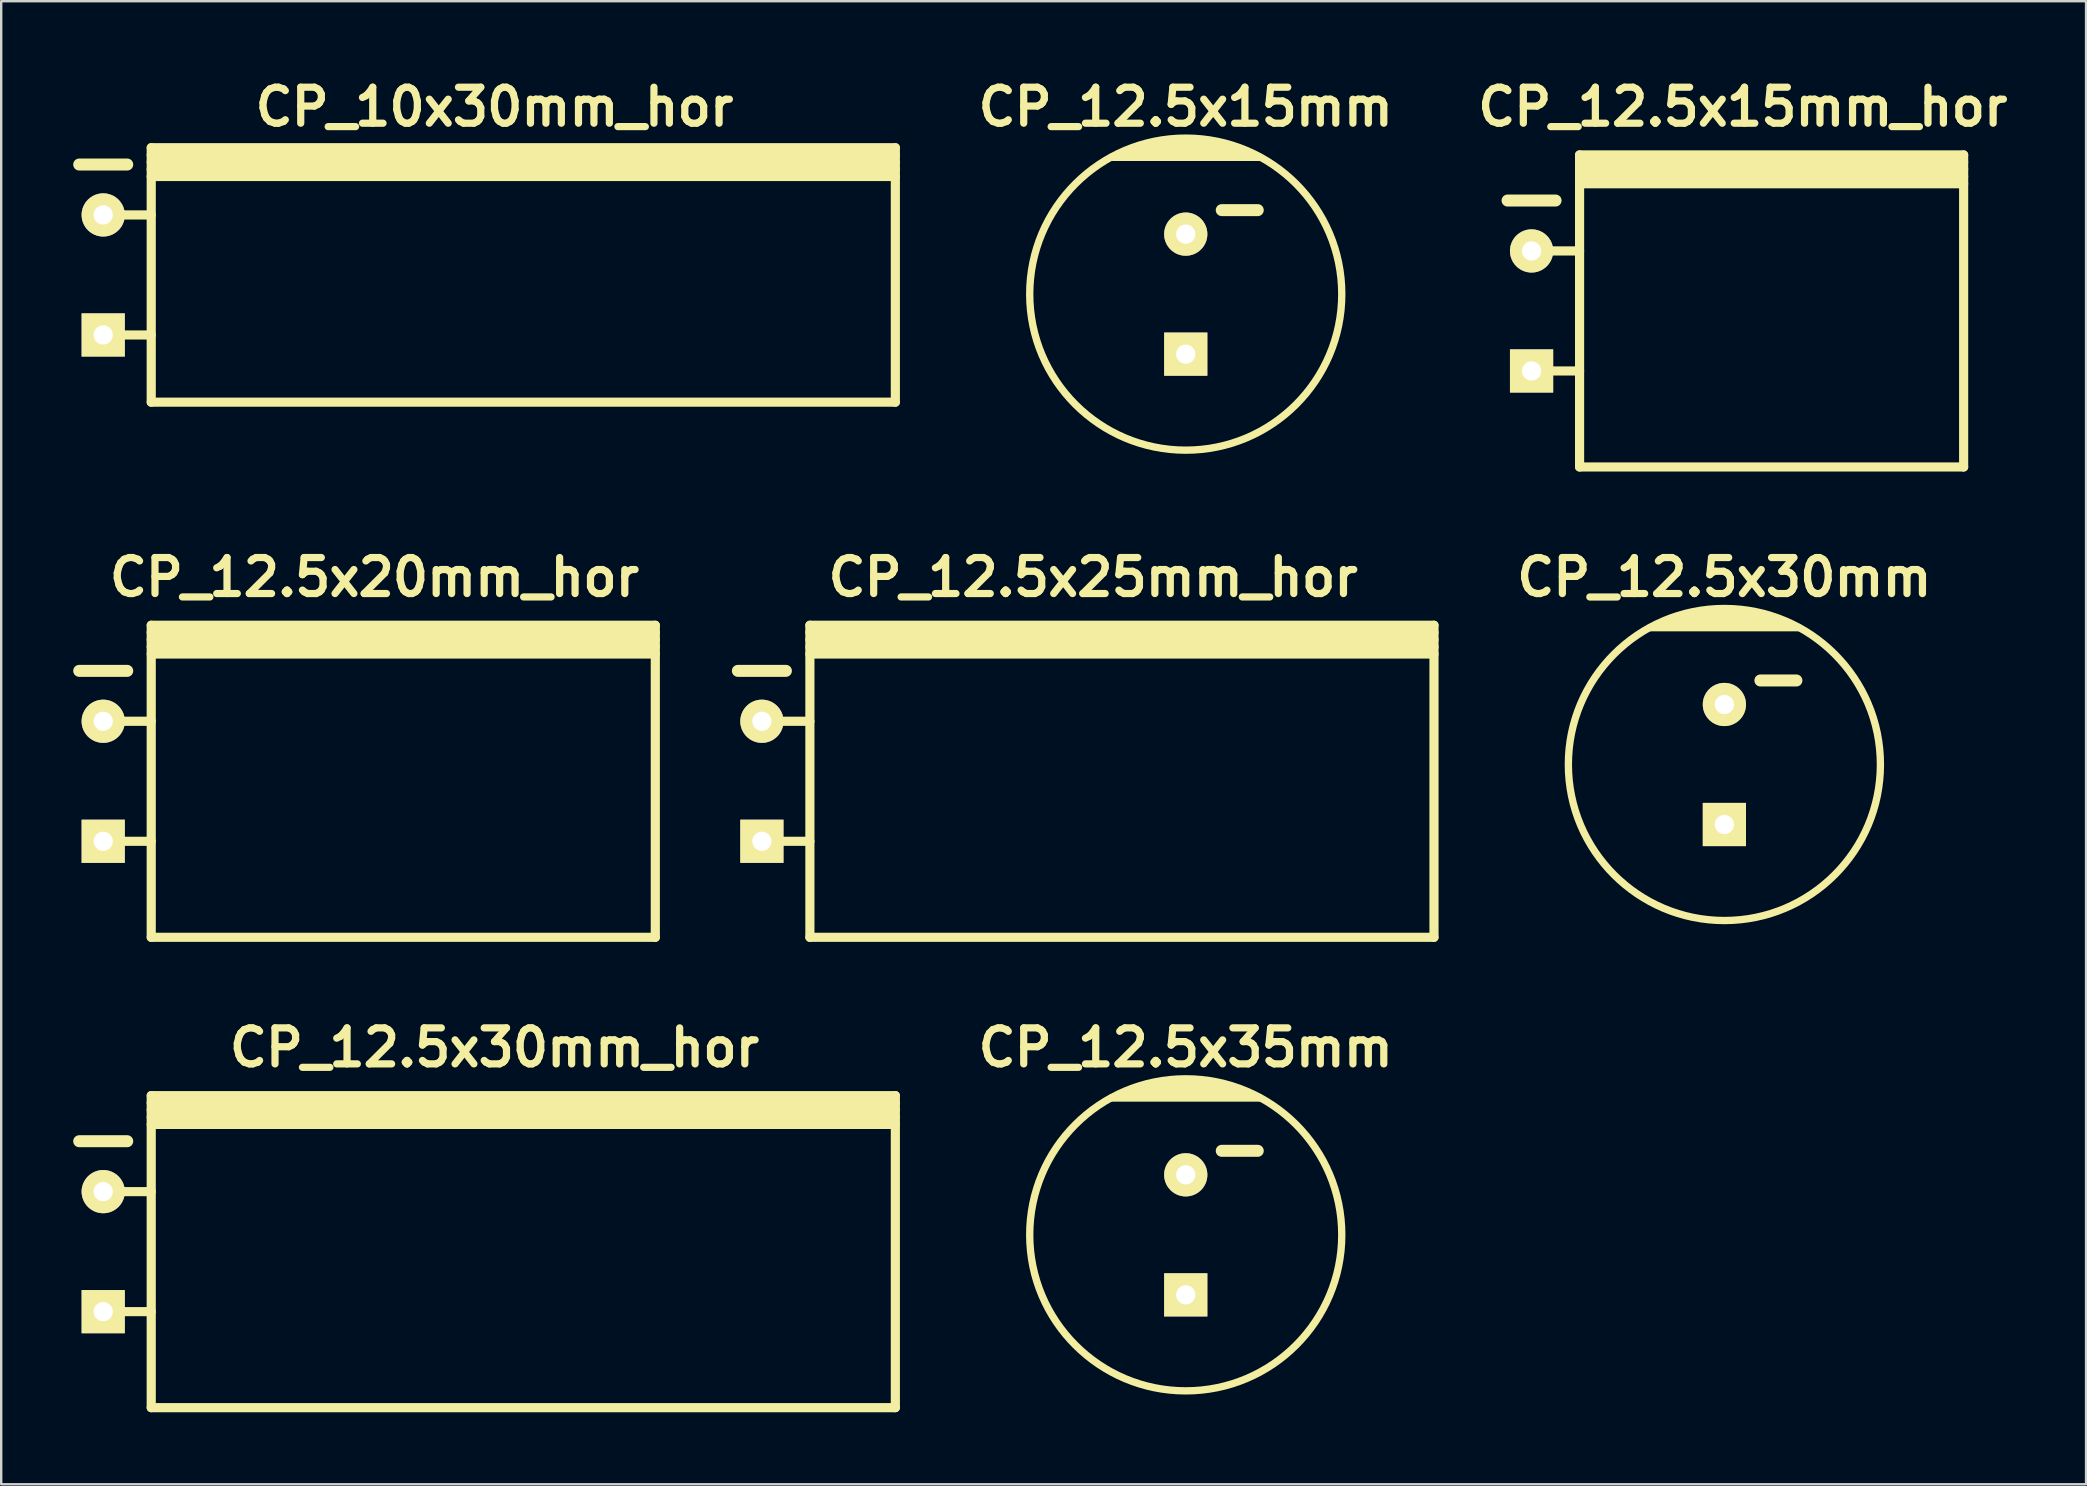
<source format=kicad_pcb>
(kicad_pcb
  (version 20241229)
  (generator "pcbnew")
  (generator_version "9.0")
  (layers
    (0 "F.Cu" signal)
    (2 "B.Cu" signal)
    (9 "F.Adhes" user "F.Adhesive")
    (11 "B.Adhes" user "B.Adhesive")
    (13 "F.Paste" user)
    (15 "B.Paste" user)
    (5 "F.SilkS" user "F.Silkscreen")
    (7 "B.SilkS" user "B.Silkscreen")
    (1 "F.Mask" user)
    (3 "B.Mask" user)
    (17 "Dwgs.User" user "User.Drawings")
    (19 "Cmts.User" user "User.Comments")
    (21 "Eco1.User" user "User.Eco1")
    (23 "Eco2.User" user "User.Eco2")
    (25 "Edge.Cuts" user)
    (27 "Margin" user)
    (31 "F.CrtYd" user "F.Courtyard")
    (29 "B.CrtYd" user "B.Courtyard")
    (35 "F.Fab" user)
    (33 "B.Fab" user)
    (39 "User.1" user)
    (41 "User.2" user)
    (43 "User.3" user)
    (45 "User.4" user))
  (footprint "CP_12.5x25mm_hor"
    (layer "F.Cu")
    (at 42.49 29.498)
    (property "Reference" "CP_12.5x25mm_hor" (at 0 -8.5 0) (layer "F.SilkS") (effects (font (size 1.5 1.5) (thickness 0.3))))
    (attr through_hole)
    (fp_line (start -14.8 -4.6) (end -12.8 -4.6) (stroke (width 0.5) (type solid)) (layer "F.SilkS"))
    (fp_line (start -13.8 -2.5) (end -11.8 -2.5) (stroke (width 0.381) (type solid)) (layer "F.SilkS"))
    (fp_line (start -13.8 2.5) (end -11.8 2.5) (stroke (width 0.381) (type solid)) (layer "F.SilkS"))
    (fp_line (start -11.8 -6.2) (end 14.2 -6.2) (stroke (width 0.381) (type solid)) (layer "F.SilkS"))
    (fp_line (start -11.8 -5.9) (end 14.2 -5.9) (stroke (width 0.381) (type solid)) (layer "F.SilkS"))
    (fp_line (start -11.8 -5.6) (end 14.2 -5.6) (stroke (width 0.381) (type solid)) (layer "F.SilkS"))
    (fp_line (start -11.8 -5.3) (end 14.2 -5.3) (stroke (width 0.381) (type solid)) (layer "F.SilkS"))
    (fp_line (start -11.8 6.5) (end -11.8 -6.5) (stroke (width 0.381) (type solid)) (layer "F.SilkS"))
    (fp_line (start 14.2 -6.5) (end -11.8 -6.5) (stroke (width 0.381) (type solid)) (layer "F.SilkS"))
    (fp_line (start 14.2 -6.5) (end 14.2 6.5) (stroke (width 0.381) (type solid)) (layer "F.SilkS"))
    (fp_line (start 14.2 6.5) (end -11.8 6.5) (stroke (width 0.381) (type solid)) (layer "F.SilkS"))
    (pad "1" thru_hole rect (at -13.8 2.5) (size 1.8 1.8) (drill 0.8) (layers "*.Cu" "*.Mask" "F.SilkS"))
    (pad "2" thru_hole circle (at -13.8 -2.5) (size 1.8 1.8) (drill 0.8) (layers "*.Cu" "*.Mask" "F.SilkS")))
  (footprint "CP_12.5x30mm_hor"
    (layer "F.Cu")
    (at 17.55 49.093)
    (property "Reference" "CP_12.5x30mm_hor" (at 0 -8.5 0) (layer "F.SilkS") (effects (font (size 1.5 1.5) (thickness 0.3))))
    (attr through_hole)
    (fp_line (start -17.3 -4.6) (end -15.3 -4.6) (stroke (width 0.5) (type solid)) (layer "F.SilkS"))
    (fp_line (start -16.3 -2.5) (end -14.3 -2.5) (stroke (width 0.381) (type solid)) (layer "F.SilkS"))
    (fp_line (start -16.3 2.5) (end -14.3 2.5) (stroke (width 0.381) (type solid)) (layer "F.SilkS"))
    (fp_line (start -14.3 -6.2) (end 16.7 -6.2) (stroke (width 0.381) (type solid)) (layer "F.SilkS"))
    (fp_line (start -14.3 -5.9) (end 16.7 -5.9) (stroke (width 0.381) (type solid)) (layer "F.SilkS"))
    (fp_line (start -14.3 -5.6) (end 16.7 -5.6) (stroke (width 0.381) (type solid)) (layer "F.SilkS"))
    (fp_line (start -14.3 -5.3) (end 16.7 -5.3) (stroke (width 0.381) (type solid)) (layer "F.SilkS"))
    (fp_line (start -14.3 6.5) (end -14.3 -6.5) (stroke (width 0.381) (type solid)) (layer "F.SilkS"))
    (fp_line (start 16.7 -6.5) (end -14.3 -6.5) (stroke (width 0.381) (type solid)) (layer "F.SilkS"))
    (fp_line (start 16.7 -6.5) (end 16.7 6.5) (stroke (width 0.381) (type solid)) (layer "F.SilkS"))
    (fp_line (start 16.7 6.5) (end -14.3 6.5) (stroke (width 0.381) (type solid)) (layer "F.SilkS"))
    (pad "1" thru_hole rect (at -16.3 2.5) (size 1.8 1.8) (drill 0.8) (layers "*.Cu" "*.Mask" "F.SilkS"))
    (pad "2" thru_hole circle (at -16.3 -2.5) (size 1.8 1.8) (drill 0.8) (layers "*.Cu" "*.Mask" "F.SilkS")))
  (footprint "CP_12.5x20mm_hor"
    (layer "F.Cu")
    (at 12.55 29.498)
    (property "Reference" "CP_12.5x20mm_hor" (at 0 -8.5 0) (layer "F.SilkS") (effects (font (size 1.5 1.5) (thickness 0.3))))
    (attr through_hole)
    (fp_line (start -12.3 -4.6) (end -10.3 -4.6) (stroke (width 0.5) (type solid)) (layer "F.SilkS"))
    (fp_line (start -11.3 -2.5) (end -9.3 -2.5) (stroke (width 0.381) (type solid)) (layer "F.SilkS"))
    (fp_line (start -11.3 2.5) (end -9.3 2.5) (stroke (width 0.381) (type solid)) (layer "F.SilkS"))
    (fp_line (start -9.3 -6.2) (end 11.7 -6.2) (stroke (width 0.381) (type solid)) (layer "F.SilkS"))
    (fp_line (start -9.3 -5.9) (end 11.7 -5.9) (stroke (width 0.381) (type solid)) (layer "F.SilkS"))
    (fp_line (start -9.3 -5.6) (end 11.7 -5.6) (stroke (width 0.381) (type solid)) (layer "F.SilkS"))
    (fp_line (start -9.3 -5.3) (end 11.7 -5.3) (stroke (width 0.381) (type solid)) (layer "F.SilkS"))
    (fp_line (start -9.3 6.5) (end -9.3 -6.5) (stroke (width 0.381) (type solid)) (layer "F.SilkS"))
    (fp_line (start 11.7 -6.5) (end -9.3 -6.5) (stroke (width 0.381) (type solid)) (layer "F.SilkS"))
    (fp_line (start 11.7 -6.5) (end 11.7 6.5) (stroke (width 0.381) (type solid)) (layer "F.SilkS"))
    (fp_line (start 11.7 6.5) (end -9.3 6.5) (stroke (width 0.381) (type solid)) (layer "F.SilkS"))
    (pad "1" thru_hole rect (at -11.3 2.5) (size 1.8 1.8) (drill 0.8) (layers "*.Cu" "*.Mask" "F.SilkS"))
    (pad "2" thru_hole circle (at -11.3 -2.5) (size 1.8 1.8) (drill 0.8) (layers "*.Cu" "*.Mask" "F.SilkS")))
  (footprint "CP_12.5x35mm"
    (layer "F.Cu")
    (at 46.348 48.393)
    (property "Reference" "CP_12.5x35mm" (at 0 -7.8 0) (layer "F.SilkS") (effects (font (size 1.5 1.5) (thickness 0.3))))
    (attr through_hole)
    (fp_line (start -3.1 -5.7) (end 3.1 -5.7) (stroke (width 0.305) (type solid)) (layer "F.SilkS"))
    (fp_line (start -1.4 -6.3) (end 1.4 -6.3) (stroke (width 0.305) (type solid)) (layer "F.SilkS"))
    (fp_line (start 1.5 -3.5) (end 3 -3.5) (stroke (width 0.5) (type solid)) (layer "F.SilkS"))
    (fp_line (start 2 -6.1) (end -2 -6.1) (stroke (width 0.305) (type solid)) (layer "F.SilkS"))
    (fp_line (start 2.4 -5.9) (end -2.4 -5.9) (stroke (width 0.305) (type solid)) (layer "F.SilkS"))
    (fp_circle (center 0 0) (end -6.5 0) (stroke (width 0.305) (type solid)) (fill no) (layer "F.SilkS"))
    (pad "1" thru_hole rect (at 0 2.5) (size 1.8 1.8) (drill 0.8) (layers "*.Cu" "*.Mask" "F.SilkS"))
    (pad "2" thru_hole circle (at 0 -2.5) (size 1.8 1.8) (drill 0.8) (layers "*.Cu" "*.Mask" "F.SilkS")))
  (footprint "CP_12.5x15mm"
    (layer "F.Cu")
    (at 46.348 9.204)
    (property "Reference" "CP_12.5x15mm" (at 0 -7.8 0) (layer "F.SilkS") (effects (font (size 1.5 1.5) (thickness 0.3))))
    (attr through_hole)
    (fp_line (start -3.1 -5.7) (end 3.1 -5.7) (stroke (width 0.305) (type solid)) (layer "F.SilkS"))
    (fp_line (start -1.4 -6.3) (end 1.4 -6.3) (stroke (width 0.305) (type solid)) (layer "F.SilkS"))
    (fp_line (start 1.5 -3.5) (end 3 -3.5) (stroke (width 0.5) (type solid)) (layer "F.SilkS"))
    (fp_line (start 2 -6.1) (end -2 -6.1) (stroke (width 0.305) (type solid)) (layer "F.SilkS"))
    (fp_line (start 2.4 -5.9) (end -2.4 -5.9) (stroke (width 0.305) (type solid)) (layer "F.SilkS"))
    (fp_circle (center 0 0) (end -6.5 0) (stroke (width 0.305) (type solid)) (fill no) (layer "F.SilkS"))
    (pad "1" thru_hole rect (at 0 2.5) (size 1.8 1.8) (drill 0.8) (layers "*.Cu" "*.Mask" "F.SilkS"))
    (pad "2" thru_hole circle (at 0 -2.5) (size 1.8 1.8) (drill 0.8) (layers "*.Cu" "*.Mask" "F.SilkS")))
  (footprint "CP_12.5x15mm_hor"
    (layer "F.Cu")
    (at 69.555 9.904)
    (property "Reference" "CP_12.5x15mm_hor" (at 0 -8.5 0) (layer "F.SilkS") (effects (font (size 1.5 1.5) (thickness 0.3))))
    (attr through_hole)
    (fp_line (start -9.8 -4.6) (end -7.8 -4.6) (stroke (width 0.5) (type solid)) (layer "F.SilkS"))
    (fp_line (start -8.8 -2.5) (end -6.8 -2.5) (stroke (width 0.381) (type solid)) (layer "F.SilkS"))
    (fp_line (start -8.8 2.5) (end -6.8 2.5) (stroke (width 0.381) (type solid)) (layer "F.SilkS"))
    (fp_line (start -6.8 -6.2) (end 9.2 -6.2) (stroke (width 0.381) (type solid)) (layer "F.SilkS"))
    (fp_line (start -6.8 -5.9) (end 9.2 -5.9) (stroke (width 0.381) (type solid)) (layer "F.SilkS"))
    (fp_line (start -6.8 -5.6) (end 9.2 -5.6) (stroke (width 0.381) (type solid)) (layer "F.SilkS"))
    (fp_line (start -6.8 -5.3) (end 9.2 -5.3) (stroke (width 0.381) (type solid)) (layer "F.SilkS"))
    (fp_line (start -6.8 6.5) (end -6.8 -6.5) (stroke (width 0.381) (type solid)) (layer "F.SilkS"))
    (fp_line (start 9.2 -6.5) (end -6.8 -6.5) (stroke (width 0.381) (type solid)) (layer "F.SilkS"))
    (fp_line (start 9.2 -6.5) (end 9.2 6.5) (stroke (width 0.381) (type solid)) (layer "F.SilkS"))
    (fp_line (start 9.2 6.5) (end -6.8 6.5) (stroke (width 0.381) (type solid)) (layer "F.SilkS"))
    (pad "1" thru_hole rect (at -8.8 2.5) (size 1.8 1.8) (drill 0.8) (layers "*.Cu" "*.Mask" "F.SilkS"))
    (pad "2" thru_hole circle (at -8.8 -2.5) (size 1.8 1.8) (drill 0.8) (layers "*.Cu" "*.Mask" "F.SilkS")))
  (footprint "CP_10x30mm_hor"
    (layer "F.Cu")
    (at 17.55 8.404)
    (property "Reference" "CP_10x30mm_hor" (at 0 -7 0) (layer "F.SilkS") (effects (font (size 1.5 1.5) (thickness 0.3))))
    (attr through_hole)
    (fp_line (start -17.3 -4.6) (end -15.3 -4.6) (stroke (width 0.5) (type solid)) (layer "F.SilkS"))
    (fp_line (start -16.3 -2.5) (end -14.3 -2.5) (stroke (width 0.381) (type solid)) (layer "F.SilkS"))
    (fp_line (start -16.3 2.5) (end -14.3 2.5) (stroke (width 0.381) (type solid)) (layer "F.SilkS"))
    (fp_line (start -14.3 -5) (end 16.7 -5) (stroke (width 0.381) (type solid)) (layer "F.SilkS"))
    (fp_line (start -14.3 -4.7) (end 16.7 -4.7) (stroke (width 0.381) (type solid)) (layer "F.SilkS"))
    (fp_line (start -14.3 -4.4) (end 16.7 -4.4) (stroke (width 0.381) (type solid)) (layer "F.SilkS"))
    (fp_line (start -14.3 -4.1) (end 16.7 -4.1) (stroke (width 0.381) (type solid)) (layer "F.SilkS"))
    (fp_line (start -14.3 5.3) (end -14.3 -5.3) (stroke (width 0.381) (type solid)) (layer "F.SilkS"))
    (fp_line (start 16.7 -5.3) (end -14.3 -5.3) (stroke (width 0.381) (type solid)) (layer "F.SilkS"))
    (fp_line (start 16.7 -5.3) (end 16.7 5.3) (stroke (width 0.381) (type solid)) (layer "F.SilkS"))
    (fp_line (start 16.7 5.3) (end -14.3 5.3) (stroke (width 0.381) (type solid)) (layer "F.SilkS"))
    (pad "1" thru_hole rect (at -16.3 2.5) (size 1.8 1.8) (drill 0.8) (layers "*.Cu" "*.Mask" "F.SilkS"))
    (pad "2" thru_hole circle (at -16.3 -2.5) (size 1.8 1.8) (drill 0.8) (layers "*.Cu" "*.Mask" "F.SilkS")))
  (footprint "CP_12.5x30mm"
    (layer "F.Cu")
    (at 68.788 28.799)
    (property "Reference" "CP_12.5x30mm" (at 0 -7.8 0) (layer "F.SilkS") (effects (font (size 1.5 1.5) (thickness 0.3))))
    (attr through_hole)
    (fp_line (start -3.1 -5.7) (end 3.1 -5.7) (stroke (width 0.305) (type solid)) (layer "F.SilkS"))
    (fp_line (start -1.4 -6.3) (end 1.4 -6.3) (stroke (width 0.305) (type solid)) (layer "F.SilkS"))
    (fp_line (start 1.5 -3.5) (end 3 -3.5) (stroke (width 0.5) (type solid)) (layer "F.SilkS"))
    (fp_line (start 2 -6.1) (end -2 -6.1) (stroke (width 0.305) (type solid)) (layer "F.SilkS"))
    (fp_line (start 2.4 -5.9) (end -2.4 -5.9) (stroke (width 0.305) (type solid)) (layer "F.SilkS"))
    (fp_circle (center 0 0) (end -6.5 0) (stroke (width 0.305) (type solid)) (fill no) (layer "F.SilkS"))
    (pad "1" thru_hole rect (at 0 2.5) (size 1.8 1.8) (drill 0.8) (layers "*.Cu" "*.Mask" "F.SilkS"))
    (pad "2" thru_hole circle (at 0 -2.5) (size 1.8 1.8) (drill 0.8) (layers "*.Cu" "*.Mask" "F.SilkS")))
  (gr_rect
    (start -3 -3)
    (end 83.855 58.783)
    (stroke (width 0.1) (type default))
    (fill no)
    (layer "Edge.Cuts")))
</source>
